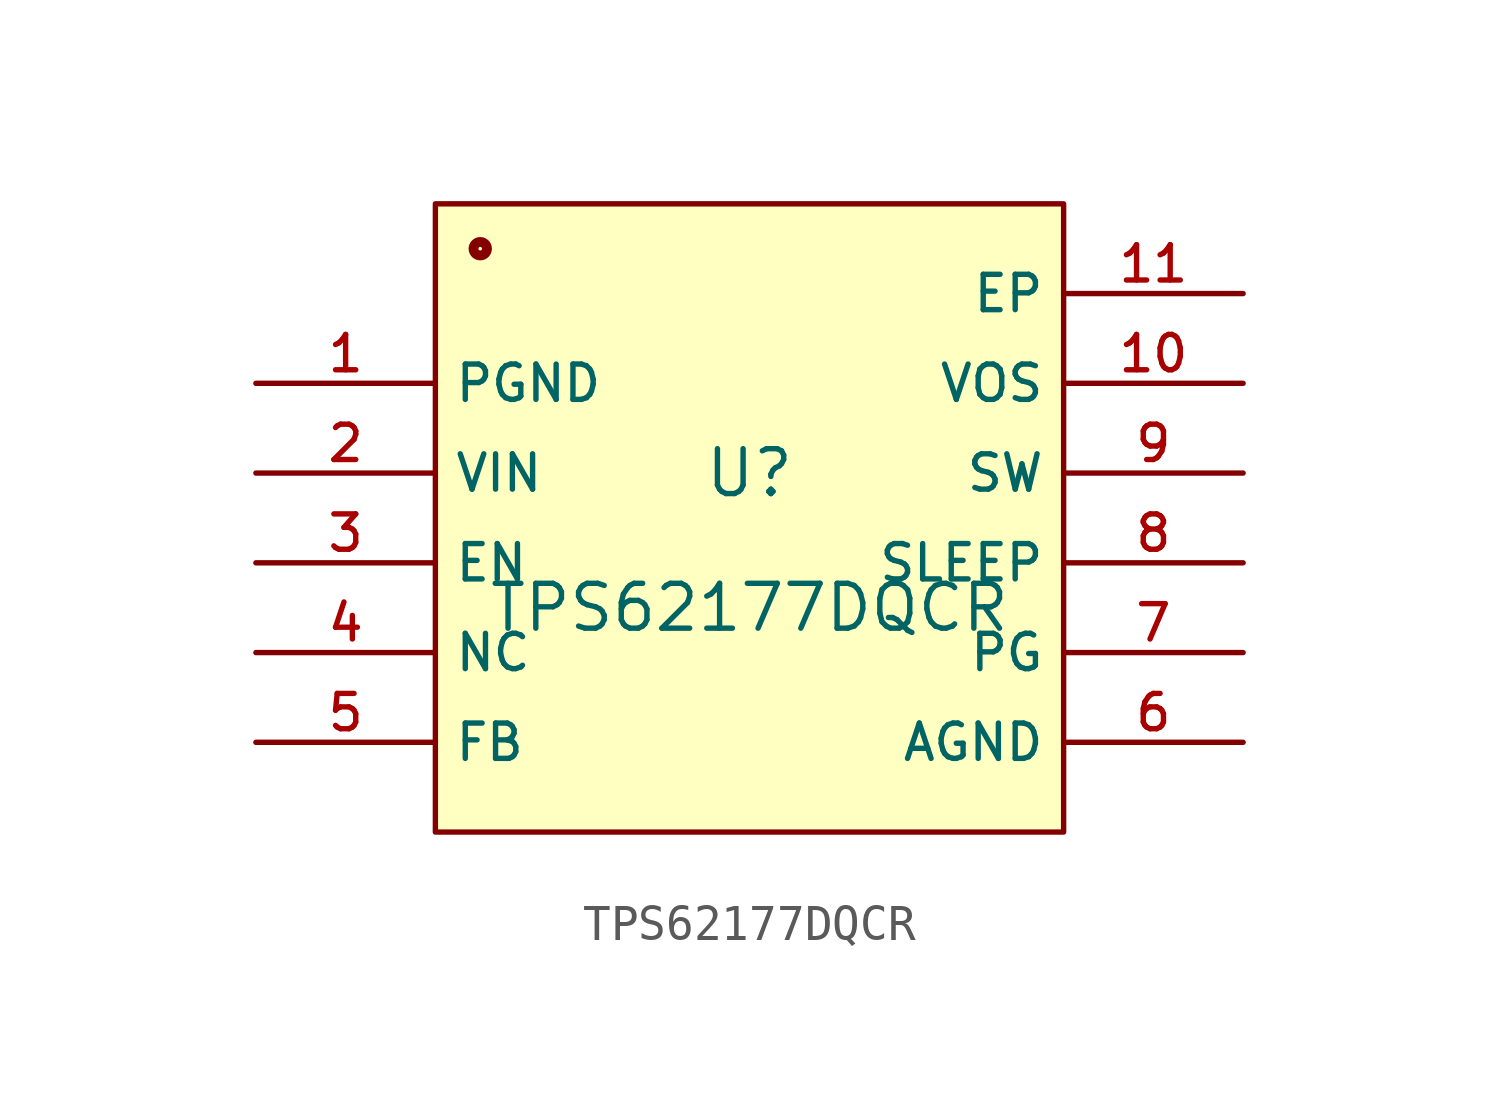
<source format=kicad_sym>
(kicad_symbol_lib
  (version 20210201)
  (generator TousstNicolas/JLC2KiCad_lib)
  (symbol "TPS62177DQCR"
    (property "Reference" "U"
      (at 0 1.27 0)
      (effects (font (size 1.27 1.27))))
    (property "Value" "TPS62177DQCR"
      (at 0 -2.54 0)
      (effects (font (size 1.27 1.27))))
    (symbol "TPS62177DQCR_0_1"
      (rectangle (start -8.89 8.89) (end 8.89 -8.89) (stroke (width 0) (type default) (color 0 0 0 0)) (fill (type background)))
      (pin unspecified line (at -13.97 3.81 0) (length 5.08) (name "PGND" (effects (font (size 1 1)))) (number "1" (effects (font (size 1 1)))))
      (pin unspecified line (at -13.97 1.27 0) (length 5.08) (name "VIN" (effects (font (size 1 1)))) (number "2" (effects (font (size 1 1)))))
      (pin unspecified line (at -13.97 -1.27 0) (length 5.08) (name "EN" (effects (font (size 1 1)))) (number "3" (effects (font (size 1 1)))))
      (pin unspecified line (at -13.97 -3.81 0) (length 5.08) (name "NC" (effects (font (size 1 1)))) (number "4" (effects (font (size 1 1)))))
      (pin unspecified line (at -13.97 -6.35 0) (length 5.08) (name "FB" (effects (font (size 1 1)))) (number "5" (effects (font (size 1 1)))))
      (pin unspecified line (at 13.97 -6.35 180) (length 5.08) (name "AGND" (effects (font (size 1 1)))) (number "6" (effects (font (size 1 1)))))
      (pin unspecified line (at 13.97 -3.81 180) (length 5.08) (name "PG" (effects (font (size 1 1)))) (number "7" (effects (font (size 1 1)))))
      (pin unspecified line (at 13.97 -1.27 180) (length 5.08) (name "SLEEP" (effects (font (size 1 1)))) (number "8" (effects (font (size 1 1)))))
      (pin unspecified line (at 13.97 1.27 180) (length 5.08) (name "SW" (effects (font (size 1 1)))) (number "9" (effects (font (size 1 1)))))
      (pin unspecified line (at 13.97 3.81 180) (length 5.08) (name "VOS" (effects (font (size 1 1)))) (number "10" (effects (font (size 1 1)))))
      (pin unspecified line (at 13.97 6.35 180) (length 5.08) (name "EP" (effects (font (size 1 1)))) (number "11" (effects (font (size 1 1)))))
      (circle (center -7.62 7.62) (radius 0.254) (stroke (width 0) (type default) (color 0 0 0 0)) (fill (type background)))
      (circle (center -7.62 7.62) (radius 0.127) (stroke (width 0) (type default) (color 0 0 0 0)) (fill (type background))))))
</source>
